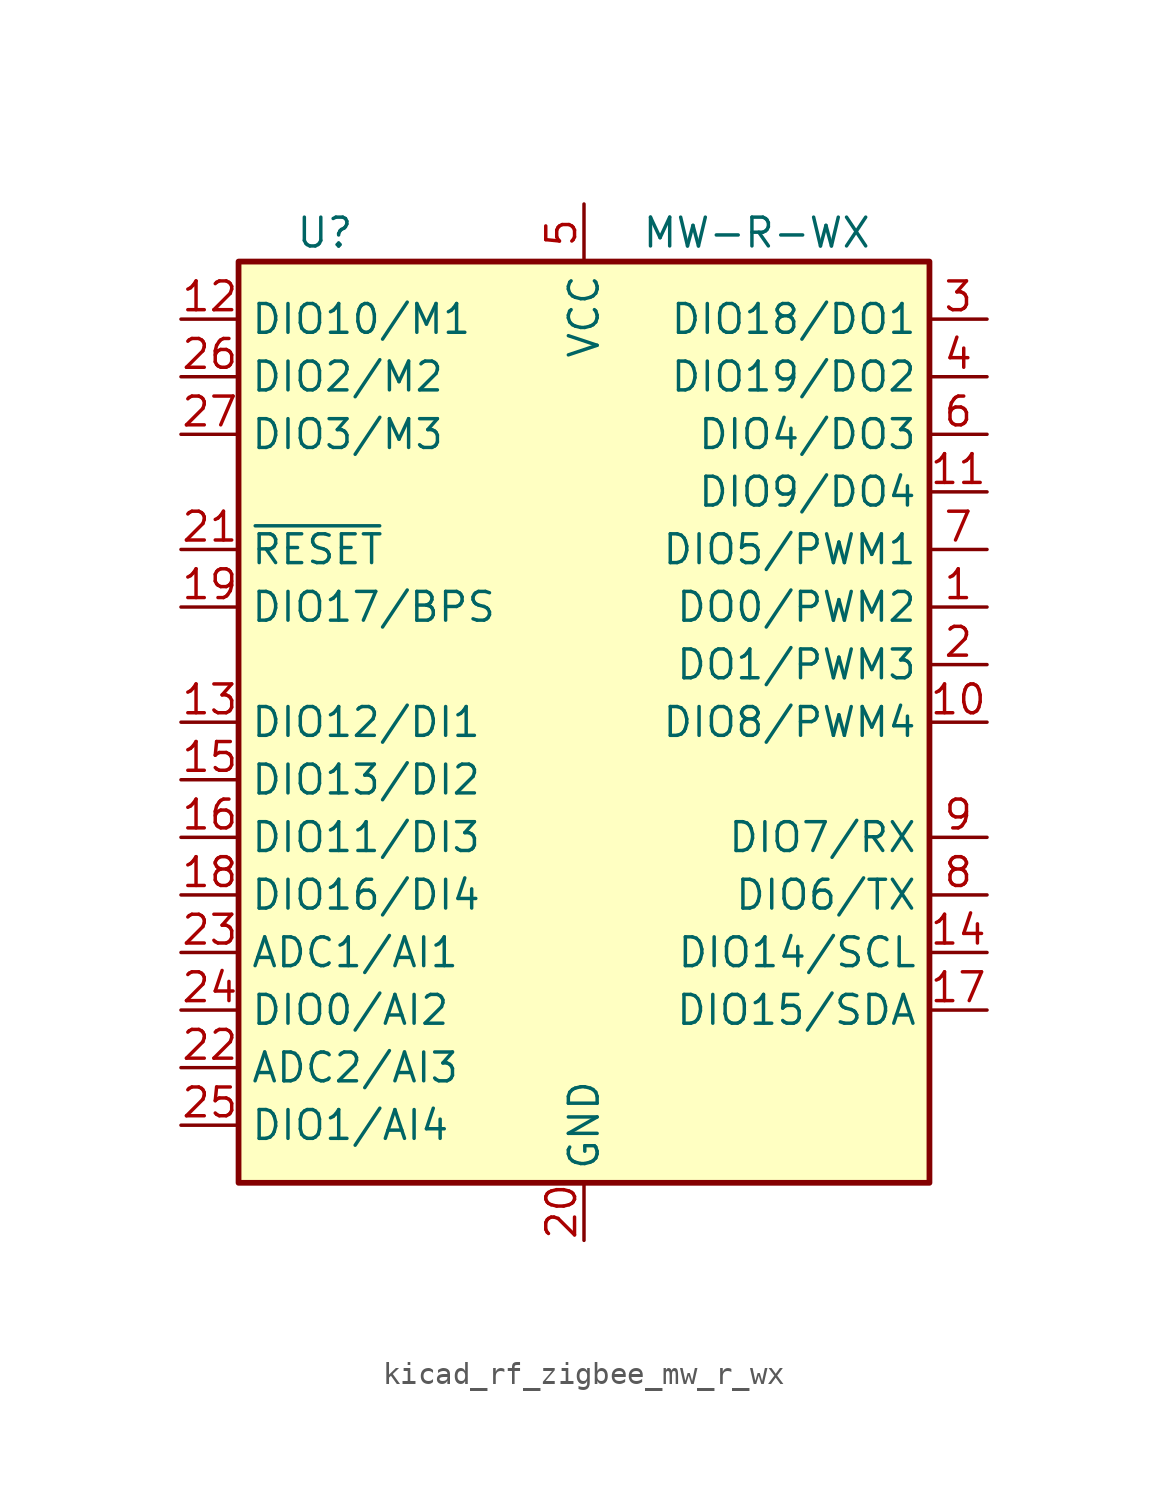
<source format=kicad_sym>
(kicad_symbol_lib
  (version 20220914)
  (generator kicad_symbol_editor)
  (symbol "kicad_rf_zigbee_mw_r_wx"
    (property "Reference" "U"
      (at -11.43 21.59 0)
      (effects (font (size 1.27 1.27))))
    (property "Value" "MW-R-WX"
      (at 7.62 21.59 0)
      (effects (font (size 1.27 1.27))))
    (symbol "kicad_rf_zigbee_mw_r_wx_1_0"
      (rectangle (start -15.24 -20.32) (end 15.24 20.32) (stroke (width 0.254) (type default)) (fill (type background))))
    (symbol "kicad_rf_zigbee_mw_r_wx_1_1"
      (pin output line (at 17.78 5.08 180) (length 2.54) (name "DO0/PWM2" (effects (font (size 1.27 1.27)))) (number "1" (effects (font (size 1.27 1.27)))))
      (pin bidirectional line (at 17.78 0 180) (length 2.54) (name "DIO8/PWM4" (effects (font (size 1.27 1.27)))) (number "10" (effects (font (size 1.27 1.27)))))
      (pin bidirectional line (at 17.78 10.16 180) (length 2.54) (name "DIO9/DO4" (effects (font (size 1.27 1.27)))) (number "11" (effects (font (size 1.27 1.27)))))
      (pin bidirectional line (at -17.78 17.78 0) (length 2.54) (name "DIO10/M1" (effects (font (size 1.27 1.27)))) (number "12" (effects (font (size 1.27 1.27)))))
      (pin bidirectional line (at -17.78 0 0) (length 2.54) (name "DIO12/DI1" (effects (font (size 1.27 1.27)))) (number "13" (effects (font (size 1.27 1.27)))))
      (pin bidirectional line (at 17.78 -10.16 180) (length 2.54) (name "DIO14/SCL" (effects (font (size 1.27 1.27)))) (number "14" (effects (font (size 1.27 1.27)))))
      (pin bidirectional line (at -17.78 -2.54 0) (length 2.54) (name "DIO13/DI2" (effects (font (size 1.27 1.27)))) (number "15" (effects (font (size 1.27 1.27)))))
      (pin bidirectional line (at -17.78 -5.08 0) (length 2.54) (name "DIO11/DI3" (effects (font (size 1.27 1.27)))) (number "16" (effects (font (size 1.27 1.27)))))
      (pin bidirectional line (at 17.78 -12.7 180) (length 2.54) (name "DIO15/SDA" (effects (font (size 1.27 1.27)))) (number "17" (effects (font (size 1.27 1.27)))))
      (pin bidirectional line (at -17.78 -7.62 0) (length 2.54) (name "DIO16/DI4" (effects (font (size 1.27 1.27)))) (number "18" (effects (font (size 1.27 1.27)))))
      (pin bidirectional line (at -17.78 5.08 0) (length 2.54) (name "DIO17/BPS" (effects (font (size 1.27 1.27)))) (number "19" (effects (font (size 1.27 1.27)))))
      (pin bidirectional line (at 17.78 2.54 180) (length 2.54) (name "DO1/PWM3" (effects (font (size 1.27 1.27)))) (number "2" (effects (font (size 1.27 1.27)))))
      (pin power_in line (at 0 -22.86 90) (length 2.54) (name "GND" (effects (font (size 1.27 1.27)))) (number "20" (effects (font (size 1.27 1.27)))))
      (pin input line (at -17.78 7.62 0) (length 2.54) (name "~{RESET}" (effects (font (size 1.27 1.27)))) (number "21" (effects (font (size 1.27 1.27)))))
      (pin input line (at -17.78 -15.24 0) (length 2.54) (name "ADC2/AI3" (effects (font (size 1.27 1.27)))) (number "22" (effects (font (size 1.27 1.27)))))
      (pin input line (at -17.78 -10.16 0) (length 2.54) (name "ADC1/AI1" (effects (font (size 1.27 1.27)))) (number "23" (effects (font (size 1.27 1.27)))))
      (pin bidirectional line (at -17.78 -12.7 0) (length 2.54) (name "DIO0/AI2" (effects (font (size 1.27 1.27)))) (number "24" (effects (font (size 1.27 1.27)))))
      (pin bidirectional line (at -17.78 -17.78 0) (length 2.54) (name "DIO1/AI4" (effects (font (size 1.27 1.27)))) (number "25" (effects (font (size 1.27 1.27)))))
      (pin bidirectional line (at -17.78 15.24 0) (length 2.54) (name "DIO2/M2" (effects (font (size 1.27 1.27)))) (number "26" (effects (font (size 1.27 1.27)))))
      (pin bidirectional line (at -17.78 12.7 0) (length 2.54) (name "DIO3/M3" (effects (font (size 1.27 1.27)))) (number "27" (effects (font (size 1.27 1.27)))))
      (pin passive line (at 0 -22.86 90) (length 2.54) hide (name "GND" (effects (font (size 1.27 1.27)))) (number "28" (effects (font (size 1.27 1.27)))))
      (pin no_connect line (at 15.24 -17.78 180) (length 2.54) hide (name "NC" (effects (font (size 1.27 1.27)))) (number "29" (effects (font (size 1.27 1.27)))))
      (pin bidirectional line (at 17.78 17.78 180) (length 2.54) (name "DIO18/DO1" (effects (font (size 1.27 1.27)))) (number "3" (effects (font (size 1.27 1.27)))))
      (pin passive line (at 0 -22.86 90) (length 2.54) hide (name "GND" (effects (font (size 1.27 1.27)))) (number "30" (effects (font (size 1.27 1.27)))))
      (pin passive line (at 0 -22.86 90) (length 2.54) hide (name "GND" (effects (font (size 1.27 1.27)))) (number "31" (effects (font (size 1.27 1.27)))))
      (pin passive line (at 0 -22.86 90) (length 2.54) hide (name "GND" (effects (font (size 1.27 1.27)))) (number "32" (effects (font (size 1.27 1.27)))))
      (pin bidirectional line (at 17.78 15.24 180) (length 2.54) (name "DIO19/DO2" (effects (font (size 1.27 1.27)))) (number "4" (effects (font (size 1.27 1.27)))))
      (pin power_in line (at 0 22.86 270) (length 2.54) (name "VCC" (effects (font (size 1.27 1.27)))) (number "5" (effects (font (size 1.27 1.27)))))
      (pin bidirectional line (at 17.78 12.7 180) (length 2.54) (name "DIO4/DO3" (effects (font (size 1.27 1.27)))) (number "6" (effects (font (size 1.27 1.27)))))
      (pin bidirectional line (at 17.78 7.62 180) (length 2.54) (name "DIO5/PWM1" (effects (font (size 1.27 1.27)))) (number "7" (effects (font (size 1.27 1.27)))))
      (pin bidirectional line (at 17.78 -7.62 180) (length 2.54) (name "DIO6/TX" (effects (font (size 1.27 1.27)))) (number "8" (effects (font (size 1.27 1.27)))))
      (pin bidirectional line (at 17.78 -5.08 180) (length 2.54) (name "DIO7/RX" (effects (font (size 1.27 1.27)))) (number "9" (effects (font (size 1.27 1.27))))))))
</source>
